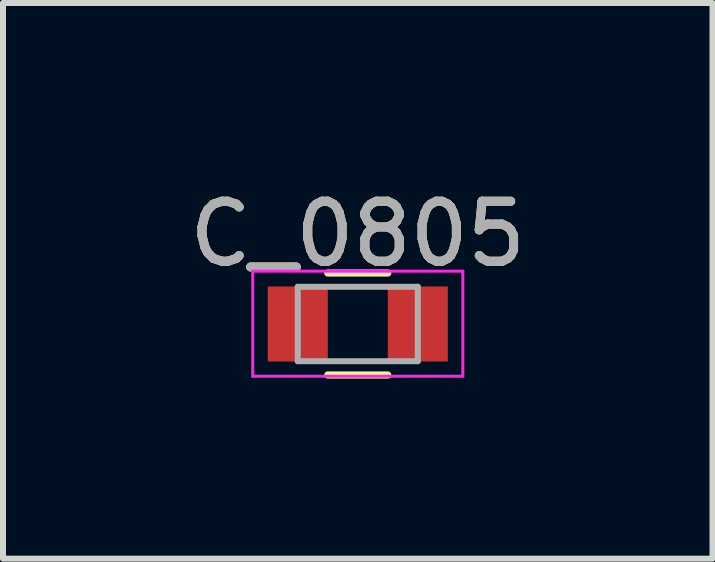
<source format=kicad_pcb>
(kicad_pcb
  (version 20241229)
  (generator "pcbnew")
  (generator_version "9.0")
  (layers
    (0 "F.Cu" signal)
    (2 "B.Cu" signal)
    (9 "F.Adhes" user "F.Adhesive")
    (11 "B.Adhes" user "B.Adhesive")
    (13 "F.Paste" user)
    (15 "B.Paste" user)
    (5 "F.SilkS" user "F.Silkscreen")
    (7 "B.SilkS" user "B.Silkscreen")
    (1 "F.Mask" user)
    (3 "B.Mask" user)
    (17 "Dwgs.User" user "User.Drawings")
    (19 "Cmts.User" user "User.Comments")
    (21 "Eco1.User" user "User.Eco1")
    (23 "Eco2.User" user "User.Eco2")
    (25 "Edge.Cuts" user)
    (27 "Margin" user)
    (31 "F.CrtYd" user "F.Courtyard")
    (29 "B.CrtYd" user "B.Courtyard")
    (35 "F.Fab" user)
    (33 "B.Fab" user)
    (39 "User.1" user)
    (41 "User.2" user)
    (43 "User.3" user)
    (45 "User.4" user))
  (footprint "C_0805"
    (layer "F.Cu")
    (at 2.911 2.348)
    (property "Reference" "C_0805" (at 0 -1.5 0) (layer "F.SilkS") (effects (font (size 1 1) (thickness 0.15))))
    (attr smd)
    (fp_line (start -0.5 0.85) (end 0.5 0.85) (stroke (width 0.12) (type solid)) (layer "F.SilkS"))
    (fp_line (start 0.5 -0.85) (end -0.5 -0.85) (stroke (width 0.12) (type solid)) (layer "F.SilkS"))
    (fp_line (start -1.75 -0.88) (end -1.75 0.87) (stroke (width 0.05) (type solid)) (layer "F.CrtYd"))
    (fp_line (start -1.75 -0.88) (end 1.75 -0.88) (stroke (width 0.05) (type solid)) (layer "F.CrtYd"))
    (fp_line (start 1.75 0.87) (end -1.75 0.87) (stroke (width 0.05) (type solid)) (layer "F.CrtYd"))
    (fp_line (start 1.75 0.87) (end 1.75 -0.88) (stroke (width 0.05) (type solid)) (layer "F.CrtYd"))
    (fp_line (start -1 -0.62) (end 1 -0.62) (stroke (width 0.1) (type solid)) (layer "F.Fab"))
    (fp_line (start -1 0.62) (end -1 -0.62) (stroke (width 0.1) (type solid)) (layer "F.Fab"))
    (fp_line (start 1 -0.62) (end 1 0.62) (stroke (width 0.1) (type solid)) (layer "F.Fab"))
    (fp_line (start 1 0.62) (end -1 0.62) (stroke (width 0.1) (type solid)) (layer "F.Fab"))
    (fp_text user "${REFERENCE}" (at 0 -1.5 0) (layer "F.Fab") (effects (font (size 1 1) (thickness 0.15))))
    (pad "1" smd rect (at -1 0) (size 1 1.25) (layers "F.Cu" "F.Mask" "F.Paste"))
    (pad "2" smd rect (at 1 0) (size 1 1.25) (layers "F.Cu" "F.Mask" "F.Paste")))
  (gr_rect
    (start -3 -3)
    (end 8.821 6.258)
    (stroke (width 0.1) (type default))
    (fill no)
    (layer "Edge.Cuts")))
</source>
